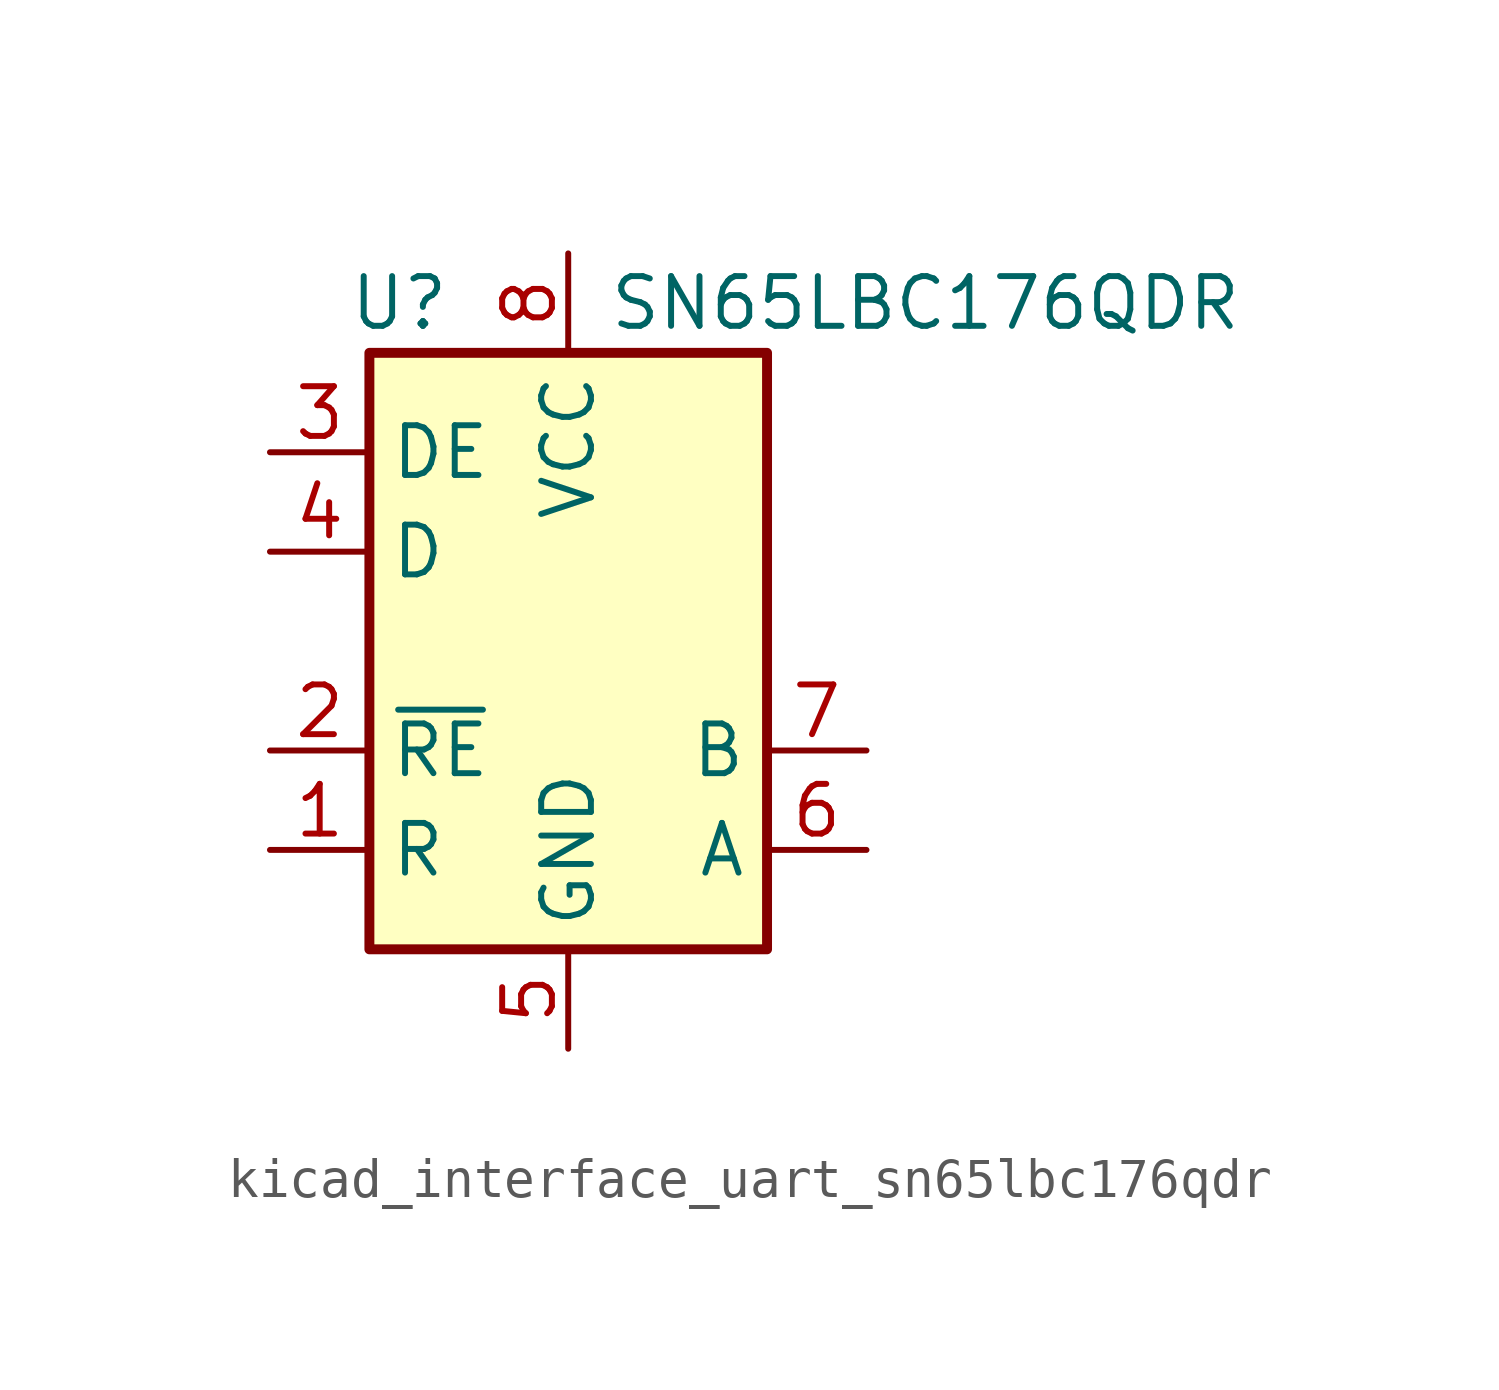
<source format=kicad_sym>
(kicad_symbol_lib
  (version 20220914)
  (generator kicad_symbol_editor)
  (symbol "kicad_interface_uart_sn65lbc176qdr"
    (property "Reference" "U"
      (at -4.318 8.89 0)
      (effects (font (size 1.27 1.27))))
    (property "Value" "SN65LBC176QDR"
      (at 1.016 8.89 0)
      (effects (font (size 1.27 1.27)) (justify left)))
    (symbol "kicad_interface_uart_sn65lbc176qdr_0_1"
      (rectangle (start -5.08 7.62) (end 5.08 -7.62) (stroke (width 0.254) (type default)) (fill (type background))))
    (symbol "kicad_interface_uart_sn65lbc176qdr_1_1"
      (pin output line (at -7.62 -5.08 0) (length 2.54) (name "R" (effects (font (size 1.27 1.27)))) (number "1" (effects (font (size 1.27 1.27)))))
      (pin input line (at -7.62 -2.54 0) (length 2.54) (name "~{RE}" (effects (font (size 1.27 1.27)))) (number "2" (effects (font (size 1.27 1.27)))))
      (pin input line (at -7.62 5.08 0) (length 2.54) (name "DE" (effects (font (size 1.27 1.27)))) (number "3" (effects (font (size 1.27 1.27)))))
      (pin input line (at -7.62 2.54 0) (length 2.54) (name "D" (effects (font (size 1.27 1.27)))) (number "4" (effects (font (size 1.27 1.27)))))
      (pin power_in line (at 0 -10.16 90) (length 2.54) (name "GND" (effects (font (size 1.27 1.27)))) (number "5" (effects (font (size 1.27 1.27)))))
      (pin bidirectional line (at 7.62 -5.08 180) (length 2.54) (name "A" (effects (font (size 1.27 1.27)))) (number "6" (effects (font (size 1.27 1.27)))))
      (pin bidirectional line (at 7.62 -2.54 180) (length 2.54) (name "B" (effects (font (size 1.27 1.27)))) (number "7" (effects (font (size 1.27 1.27)))))
      (pin power_in line (at 0 10.16 270) (length 2.54) (name "VCC" (effects (font (size 1.27 1.27)))) (number "8" (effects (font (size 1.27 1.27))))))))
</source>
